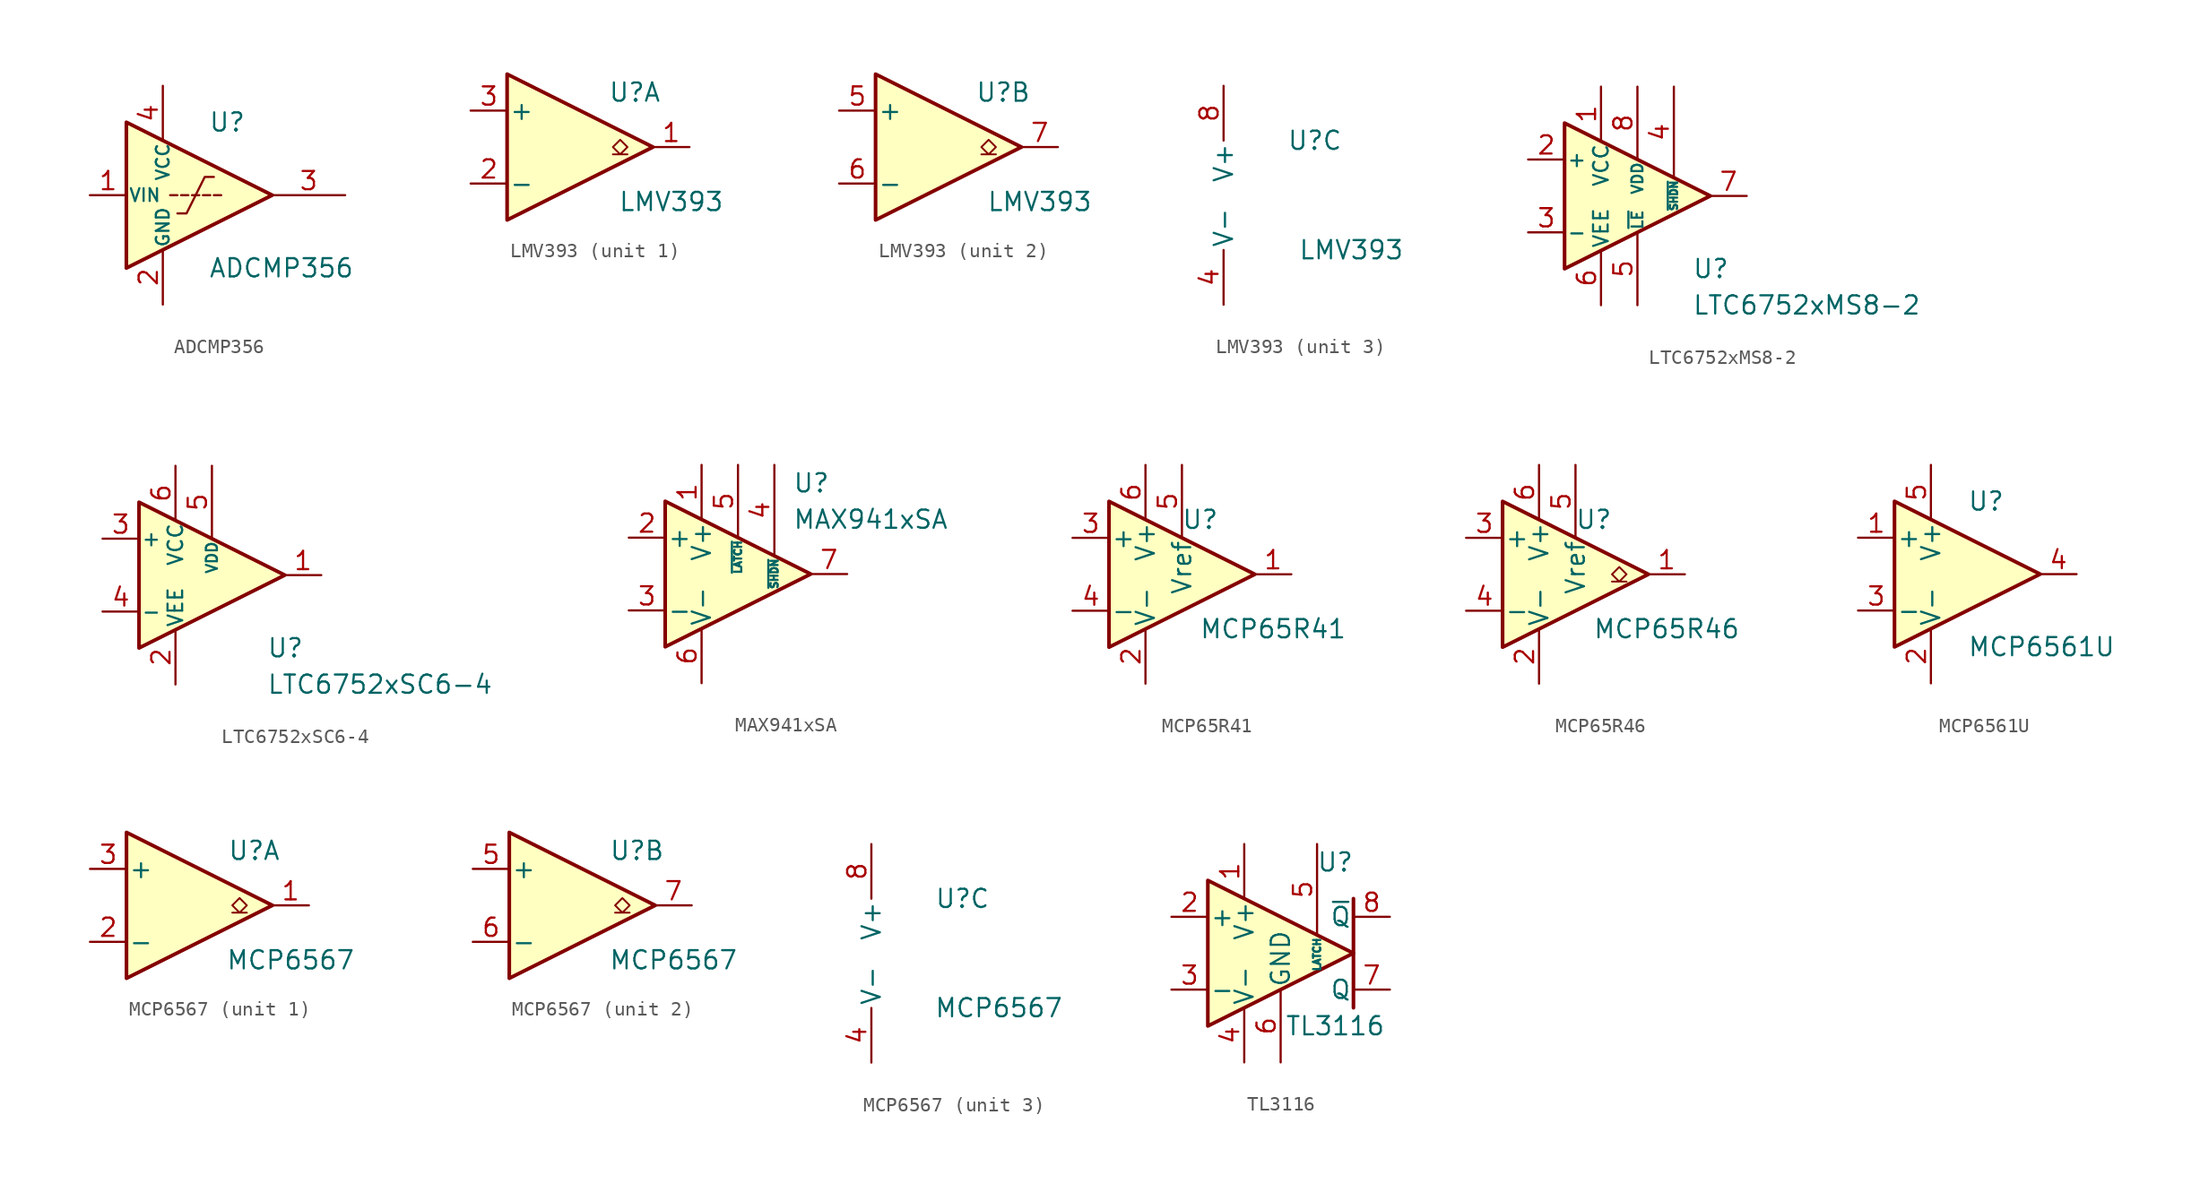
<source format=kicad_sym>
(kicad_symbol_lib
  (version 20220914)
  (generator kicad_symbol_editor)
  (symbol "ADCMP356"
    (pin_names
      (offset 0.127))
    (property "Reference" "U"
      (at 3.175 5.08 0)
      (effects (font (size 1.27 1.27)) (justify left)))
    (property "Value" "ADCMP356"
      (at 3.175 -5.08 0)
      (effects (font (size 1.27 1.27)) (justify left)))
    (symbol "ADCMP356_0_1"
      (polyline (pts (xy 1.016 0) (xy 0.508 0)) (stroke (width 0) (type default)) (fill (type none)))
      (polyline (pts (xy 1.778 0) (xy 1.27 0)) (stroke (width 0) (type default)) (fill (type none)))
      (polyline (pts (xy 2.032 0) (xy 2.54 0)) (stroke (width 0) (type default)) (fill (type none)))
      (polyline (pts (xy 2.794 0) (xy 3.302 0)) (stroke (width 0) (type default)) (fill (type none)))
      (polyline (pts (xy 3.556 0) (xy 4.064 0)) (stroke (width 0) (type default)) (fill (type none)))
      (polyline (pts (xy -2.54 5.08) (xy 7.62 0) (xy -2.54 -5.08) (xy -2.54 5.08)) (stroke (width 0.254) (type default)) (fill (type background)))
      (polyline (pts (xy 1.016 -1.27) (xy 1.651 -1.27) (xy 2.921 1.27) (xy 3.556 1.27)) (stroke (width 0) (type default)) (fill (type none))))
    (symbol "ADCMP356_1_1"
      (pin input line (at -5.08 0 0) (length 2.54) (name "VIN" (effects (font (size 0.889 0.889)))) (number "1" (effects (font (size 1.27 1.27)))))
      (pin power_in line (at 0 -7.62 90) (length 3.81) (name "GND" (effects (font (size 0.889 0.889)))) (number "2" (effects (font (size 1.27 1.27)))))
      (pin output line (at 12.7 0 180) (length 5.08) (name "~" (effects (font (size 1.27 1.27)))) (number "3" (effects (font (size 1.27 1.27)))))
      (pin power_in line (at 0 7.62 270) (length 3.81) (name "VCC" (effects (font (size 0.889 0.889)))) (number "4" (effects (font (size 1.27 1.27)))))))
  (symbol "LMV393"
    (pin_names
      (offset 0.127))
    (property "Reference" "U"
      (at 3.81 3.81 0)
      (effects (font (size 1.27 1.27))))
    (property "Value" "LMV393"
      (at 6.35 -3.81 0)
      (effects (font (size 1.27 1.27))))
    (property "ki_locked" ""
      (at 0 0 0)
      (effects (font (size 1.27 1.27))))
    (symbol "LMV393_1_1"
      (polyline (pts (xy -5.08 5.08) (xy 5.08 0) (xy -5.08 -5.08) (xy -5.08 5.08)) (stroke (width 0.254) (type default)) (fill (type background)))
      (polyline (pts (xy 3.302 -0.508) (xy 2.794 -0.508) (xy 3.302 0) (xy 2.794 0.508) (xy 2.286 0) (xy 2.794 -0.508) (xy 2.286 -0.508)) (stroke (width 0.127) (type default)) (fill (type none)))
      (pin open_collector line (at 7.62 0 180) (length 2.54) (name "~" (effects (font (size 1.27 1.27)))) (number "1" (effects (font (size 1.27 1.27)))))
      (pin input line (at -7.62 -2.54 0) (length 2.54) (name "-" (effects (font (size 1.27 1.27)))) (number "2" (effects (font (size 1.27 1.27)))))
      (pin input line (at -7.62 2.54 0) (length 2.54) (name "+" (effects (font (size 1.27 1.27)))) (number "3" (effects (font (size 1.27 1.27))))))
    (symbol "LMV393_2_1"
      (polyline (pts (xy -5.08 5.08) (xy 5.08 0) (xy -5.08 -5.08) (xy -5.08 5.08)) (stroke (width 0.254) (type default)) (fill (type background)))
      (polyline (pts (xy 3.302 -0.508) (xy 2.794 -0.508) (xy 3.302 0) (xy 2.794 0.508) (xy 2.286 0) (xy 2.794 -0.508) (xy 2.286 -0.508)) (stroke (width 0.127) (type default)) (fill (type none)))
      (pin input line (at -7.62 2.54 0) (length 2.54) (name "+" (effects (font (size 1.27 1.27)))) (number "5" (effects (font (size 1.27 1.27)))))
      (pin input line (at -7.62 -2.54 0) (length 2.54) (name "-" (effects (font (size 1.27 1.27)))) (number "6" (effects (font (size 1.27 1.27)))))
      (pin open_collector line (at 7.62 0 180) (length 2.54) (name "~" (effects (font (size 1.27 1.27)))) (number "7" (effects (font (size 1.27 1.27))))))
    (symbol "LMV393_3_1"
      (pin power_in line (at -2.54 -7.62 90) (length 3.81) (name "V-" (effects (font (size 1.27 1.27)))) (number "4" (effects (font (size 1.27 1.27)))))
      (pin power_in line (at -2.54 7.62 270) (length 3.81) (name "V+" (effects (font (size 1.27 1.27)))) (number "8" (effects (font (size 1.27 1.27)))))))
  (symbol "LTC6752xMS8-2"
    (pin_names
      (offset 0.127))
    (property "Reference" "U"
      (at 3.81 -5.08 0)
      (effects (font (size 1.27 1.27)) (justify left)))
    (property "Value" "LTC6752xMS8-2"
      (at 3.81 -7.62 0)
      (effects (font (size 1.27 1.27)) (justify left)))
    (symbol "LTC6752xMS8-2_1_1"
      (polyline (pts (xy -5.08 5.08) (xy 5.08 0) (xy -5.08 -5.08) (xy -5.08 5.08)) (stroke (width 0.254) (type default)) (fill (type background)))
      (pin power_in line (at -2.54 7.62 270) (length 3.81) (name "VCC" (effects (font (size 1.016 1.016)))) (number "1" (effects (font (size 1.27 1.27)))))
      (pin input line (at -7.62 2.54 0) (length 2.54) (name "+" (effects (font (size 1.016 1.016)))) (number "2" (effects (font (size 1.27 1.27)))))
      (pin input line (at -7.62 -2.54 0) (length 2.54) (name "-" (effects (font (size 1.016 1.016)))) (number "3" (effects (font (size 1.27 1.27)))))
      (pin input line (at 2.54 7.62 270) (length 6.35) (name "~{SHDN}" (effects (font (size 0.508 0.508)))) (number "4" (effects (font (size 1.27 1.27)))))
      (pin input line (at 0 -7.62 90) (length 5.08) (name "~{LE}" (effects (font (size 0.762 0.762)))) (number "5" (effects (font (size 1.27 1.27)))))
      (pin power_in line (at -2.54 -7.62 90) (length 3.81) (name "VEE" (effects (font (size 1.016 1.016)))) (number "6" (effects (font (size 1.27 1.27)))))
      (pin output line (at 7.62 0 180) (length 2.54) (name "~" (effects (font (size 1.27 1.27)))) (number "7" (effects (font (size 1.27 1.27)))))
      (pin power_in line (at 0 7.62 270) (length 5.08) (name "VDD" (effects (font (size 0.762 0.762)))) (number "8" (effects (font (size 1.27 1.27)))))))
  (symbol "LTC6752xSC6-4"
    (pin_names
      (offset 0.127))
    (property "Reference" "U"
      (at 3.81 -5.08 0)
      (effects (font (size 1.27 1.27)) (justify left)))
    (property "Value" "LTC6752xSC6-4"
      (at 3.81 -7.62 0)
      (effects (font (size 1.27 1.27)) (justify left)))
    (symbol "LTC6752xSC6-4_1_1"
      (polyline (pts (xy -5.08 5.08) (xy 5.08 0) (xy -5.08 -5.08) (xy -5.08 5.08)) (stroke (width 0.254) (type default)) (fill (type background)))
      (pin output line (at 7.62 0 180) (length 2.54) (name "~" (effects (font (size 1.27 1.27)))) (number "1" (effects (font (size 1.27 1.27)))))
      (pin power_in line (at -2.54 -7.62 90) (length 3.81) (name "VEE" (effects (font (size 1.016 1.016)))) (number "2" (effects (font (size 1.27 1.27)))))
      (pin input line (at -7.62 2.54 0) (length 2.54) (name "+" (effects (font (size 1.016 1.016)))) (number "3" (effects (font (size 1.27 1.27)))))
      (pin input line (at -7.62 -2.54 0) (length 2.54) (name "-" (effects (font (size 1.016 1.016)))) (number "4" (effects (font (size 1.27 1.27)))))
      (pin power_in line (at 0 7.62 270) (length 5.08) (name "VDD" (effects (font (size 0.762 0.762)))) (number "5" (effects (font (size 1.27 1.27)))))
      (pin power_in line (at -2.54 7.62 270) (length 3.81) (name "VCC" (effects (font (size 1.016 1.016)))) (number "6" (effects (font (size 1.27 1.27)))))))
  (symbol "MAX941xSA"
    (pin_names
      (offset 0.127))
    (property "Reference" "U"
      (at 3.81 6.35 0)
      (effects (font (size 1.27 1.27)) (justify left)))
    (property "Value" "MAX941xSA"
      (at 3.81 3.81 0)
      (effects (font (size 1.27 1.27)) (justify left)))
    (symbol "MAX941xSA_0_1"
      (polyline (pts (xy -5.08 5.08) (xy -5.08 -5.08) (xy 5.08 0) (xy -5.08 5.08)) (stroke (width 0.254) (type default)) (fill (type background))))
    (symbol "MAX941xSA_1_1"
      (pin power_in line (at -2.54 7.62 270) (length 3.81) (name "V+" (effects (font (size 1.27 1.27)))) (number "1" (effects (font (size 1.27 1.27)))))
      (pin input line (at -7.62 2.54 0) (length 2.54) (name "+" (effects (font (size 1.27 1.27)))) (number "2" (effects (font (size 1.27 1.27)))))
      (pin input line (at -7.62 -2.54 0) (length 2.54) (name "-" (effects (font (size 1.27 1.27)))) (number "3" (effects (font (size 1.27 1.27)))))
      (pin input line (at 2.54 7.62 270) (length 6.35) (name "~{SHDN}" (effects (font (size 0.508 0.508)))) (number "4" (effects (font (size 1.27 1.27)))))
      (pin input line (at 0 7.62 270) (length 5.08) (name "~{LATCH}" (effects (font (size 0.508 0.508)))) (number "5" (effects (font (size 1.27 1.27)))))
      (pin power_in line (at -2.54 -7.62 90) (length 3.81) (name "V-" (effects (font (size 1.27 1.27)))) (number "6" (effects (font (size 1.27 1.27)))))
      (pin output line (at 7.62 0 180) (length 2.54) (name "~" (effects (font (size 1.27 1.27)))) (number "7" (effects (font (size 1.27 1.27)))))
      (pin no_connect line (at 0 -2.54 90) (length 2.54) hide (name "NC" (effects (font (size 0.508 0.508)))) (number "8" (effects (font (size 1.27 1.27)))))))
  (symbol "MCP65R41"
    (pin_names
      (offset 0.127))
    (property "Reference" "U"
      (at 1.27 3.81 0)
      (effects (font (size 1.27 1.27))))
    (property "Value" "MCP65R41"
      (at 6.35 -3.81 0)
      (effects (font (size 1.27 1.27))))
    (symbol "MCP65R41_0_1"
      (polyline (pts (xy -5.08 5.08) (xy -5.08 -5.08) (xy 5.08 0) (xy -5.08 5.08)) (stroke (width 0.254) (type default)) (fill (type background))))
    (symbol "MCP65R41_1_1"
      (pin output line (at 7.62 0 180) (length 2.54) (name "~" (effects (font (size 1.27 1.27)))) (number "1" (effects (font (size 1.27 1.27)))))
      (pin power_in line (at -2.54 -7.62 90) (length 3.81) (name "V-" (effects (font (size 1.27 1.27)))) (number "2" (effects (font (size 1.27 1.27)))))
      (pin input line (at -7.62 2.54 0) (length 2.54) (name "+" (effects (font (size 1.27 1.27)))) (number "3" (effects (font (size 1.27 1.27)))))
      (pin input line (at -7.62 -2.54 0) (length 2.54) (name "-" (effects (font (size 1.27 1.27)))) (number "4" (effects (font (size 1.27 1.27)))))
      (pin power_out line (at 0 7.62 270) (length 5.08) (name "Vref" (effects (font (size 1.27 1.27)))) (number "5" (effects (font (size 1.27 1.27)))))
      (pin power_in line (at -2.54 7.62 270) (length 3.81) (name "V+" (effects (font (size 1.27 1.27)))) (number "6" (effects (font (size 1.27 1.27)))))))
  (symbol "MCP65R46"
    (pin_names
      (offset 0.127))
    (property "Reference" "U"
      (at 1.27 3.81 0)
      (effects (font (size 1.27 1.27))))
    (property "Value" "MCP65R46"
      (at 6.35 -3.81 0)
      (effects (font (size 1.27 1.27))))
    (symbol "MCP65R46_0_1"
      (polyline (pts (xy 3.556 -0.508) (xy 3.048 -0.508) (xy 3.556 0) (xy 3.048 0.508) (xy 2.54 0) (xy 3.048 -0.508) (xy 2.54 -0.508)) (stroke (width 0.127) (type default)) (fill (type none))))
    (symbol "MCP65R46_1_1"
      (polyline (pts (xy -5.08 5.08) (xy -5.08 -5.08) (xy 5.08 0) (xy -5.08 5.08)) (stroke (width 0.254) (type default)) (fill (type background)))
      (pin open_collector line (at 7.62 0 180) (length 2.54) (name "~" (effects (font (size 1.27 1.27)))) (number "1" (effects (font (size 1.27 1.27)))))
      (pin power_in line (at -2.54 -7.62 90) (length 3.81) (name "V-" (effects (font (size 1.27 1.27)))) (number "2" (effects (font (size 1.27 1.27)))))
      (pin input line (at -7.62 2.54 0) (length 2.54) (name "+" (effects (font (size 1.27 1.27)))) (number "3" (effects (font (size 1.27 1.27)))))
      (pin input line (at -7.62 -2.54 0) (length 2.54) (name "-" (effects (font (size 1.27 1.27)))) (number "4" (effects (font (size 1.27 1.27)))))
      (pin power_out line (at 0 7.62 270) (length 5.08) (name "Vref" (effects (font (size 1.27 1.27)))) (number "5" (effects (font (size 1.27 1.27)))))
      (pin power_in line (at -2.54 7.62 270) (length 3.81) (name "V+" (effects (font (size 1.27 1.27)))) (number "6" (effects (font (size 1.27 1.27)))))))
  (symbol "MCP6561U"
    (pin_names
      (offset 0.127))
    (property "Reference" "U"
      (at 0 5.08 0)
      (effects (font (size 1.27 1.27)) (justify left)))
    (property "Value" "MCP6561U"
      (at 0 -5.08 0)
      (effects (font (size 1.27 1.27)) (justify left)))
    (symbol "MCP6561U_0_1"
      (polyline (pts (xy -5.08 5.08) (xy 5.08 0) (xy -5.08 -5.08) (xy -5.08 5.08)) (stroke (width 0.254) (type default)) (fill (type background)))
      (pin power_in line (at -2.54 -7.62 90) (length 3.81) (name "V-" (effects (font (size 1.27 1.27)))) (number "2" (effects (font (size 1.27 1.27)))))
      (pin power_in line (at -2.54 7.62 270) (length 3.81) (name "V+" (effects (font (size 1.27 1.27)))) (number "5" (effects (font (size 1.27 1.27))))))
    (symbol "MCP6561U_1_1"
      (pin input line (at -7.62 2.54 0) (length 2.54) (name "+" (effects (font (size 1.27 1.27)))) (number "1" (effects (font (size 1.27 1.27)))))
      (pin input line (at -7.62 -2.54 0) (length 2.54) (name "-" (effects (font (size 1.27 1.27)))) (number "3" (effects (font (size 1.27 1.27)))))
      (pin output line (at 7.62 0 180) (length 2.54) (name "~" (effects (font (size 1.27 1.27)))) (number "4" (effects (font (size 1.27 1.27)))))))
  (symbol "MCP6567"
    (pin_names
      (offset 0.127))
    (property "Reference" "U"
      (at 3.81 3.81 0)
      (effects (font (size 1.27 1.27))))
    (property "Value" "MCP6567"
      (at 6.35 -3.81 0)
      (effects (font (size 1.27 1.27))))
    (property "ki_locked" ""
      (at 0 0 0)
      (effects (font (size 1.27 1.27))))
    (symbol "MCP6567_1_1"
      (polyline (pts (xy -5.08 5.08) (xy 5.08 0) (xy -5.08 -5.08) (xy -5.08 5.08)) (stroke (width 0.254) (type default)) (fill (type background)))
      (polyline (pts (xy 3.302 -0.508) (xy 2.794 -0.508) (xy 3.302 0) (xy 2.794 0.508) (xy 2.286 0) (xy 2.794 -0.508) (xy 2.286 -0.508)) (stroke (width 0.127) (type default)) (fill (type none)))
      (pin open_collector line (at 7.62 0 180) (length 2.54) (name "~" (effects (font (size 1.27 1.27)))) (number "1" (effects (font (size 1.27 1.27)))))
      (pin input line (at -7.62 -2.54 0) (length 2.54) (name "-" (effects (font (size 1.27 1.27)))) (number "2" (effects (font (size 1.27 1.27)))))
      (pin input line (at -7.62 2.54 0) (length 2.54) (name "+" (effects (font (size 1.27 1.27)))) (number "3" (effects (font (size 1.27 1.27))))))
    (symbol "MCP6567_2_1"
      (polyline (pts (xy -5.08 5.08) (xy 5.08 0) (xy -5.08 -5.08) (xy -5.08 5.08)) (stroke (width 0.254) (type default)) (fill (type background)))
      (polyline (pts (xy 3.302 -0.508) (xy 2.794 -0.508) (xy 3.302 0) (xy 2.794 0.508) (xy 2.286 0) (xy 2.794 -0.508) (xy 2.286 -0.508)) (stroke (width 0.127) (type default)) (fill (type none)))
      (pin input line (at -7.62 2.54 0) (length 2.54) (name "+" (effects (font (size 1.27 1.27)))) (number "5" (effects (font (size 1.27 1.27)))))
      (pin input line (at -7.62 -2.54 0) (length 2.54) (name "-" (effects (font (size 1.27 1.27)))) (number "6" (effects (font (size 1.27 1.27)))))
      (pin open_collector line (at 7.62 0 180) (length 2.54) (name "~" (effects (font (size 1.27 1.27)))) (number "7" (effects (font (size 1.27 1.27))))))
    (symbol "MCP6567_3_1"
      (pin power_in line (at -2.54 -7.62 90) (length 3.81) (name "V-" (effects (font (size 1.27 1.27)))) (number "4" (effects (font (size 1.27 1.27)))))
      (pin power_in line (at -2.54 7.62 270) (length 3.81) (name "V+" (effects (font (size 1.27 1.27)))) (number "8" (effects (font (size 1.27 1.27)))))))
  (symbol "TL3116"
    (pin_names
      (offset 0.127))
    (property "Reference" "U"
      (at 3.81 6.35 0)
      (effects (font (size 1.27 1.27))))
    (property "Value" "TL3116"
      (at 3.81 -5.08 0)
      (effects (font (size 1.27 1.27))))
    (symbol "TL3116_0_1"
      (polyline (pts (xy 5.08 3.81) (xy 5.08 -3.81)) (stroke (width 0.254) (type default)) (fill (type none)))
      (polyline (pts (xy -5.08 5.08) (xy 5.08 0) (xy -5.08 -5.08) (xy -5.08 5.08)) (stroke (width 0.254) (type default)) (fill (type background))))
    (symbol "TL3116_1_1"
      (pin power_in line (at -2.54 7.62 270) (length 3.81) (name "V+" (effects (font (size 1.27 1.27)))) (number "1" (effects (font (size 1.27 1.27)))))
      (pin input line (at -7.62 2.54 0) (length 2.54) (name "+" (effects (font (size 1.27 1.27)))) (number "2" (effects (font (size 1.27 1.27)))))
      (pin input line (at -7.62 -2.54 0) (length 2.54) (name "-" (effects (font (size 1.27 1.27)))) (number "3" (effects (font (size 1.27 1.27)))))
      (pin power_in line (at -2.54 -7.62 90) (length 3.81) (name "V-" (effects (font (size 1.27 1.27)))) (number "4" (effects (font (size 1.27 1.27)))))
      (pin input line (at 2.54 7.62 270) (length 6.35) (name "LATCH" (effects (font (size 0.508 0.508)))) (number "5" (effects (font (size 1.27 1.27)))))
      (pin power_in line (at 0 -7.62 90) (length 5.08) (name "GND" (effects (font (size 1.27 1.27)))) (number "6" (effects (font (size 1.27 1.27)))))
      (pin output line (at 7.62 -2.54 180) (length 2.54) (name "Q" (effects (font (size 1.27 1.27)))) (number "7" (effects (font (size 1.27 1.27)))))
      (pin output line (at 7.62 2.54 180) (length 2.54) (name "~{Q}" (effects (font (size 1.27 1.27)))) (number "8" (effects (font (size 1.27 1.27))))))))
</source>
